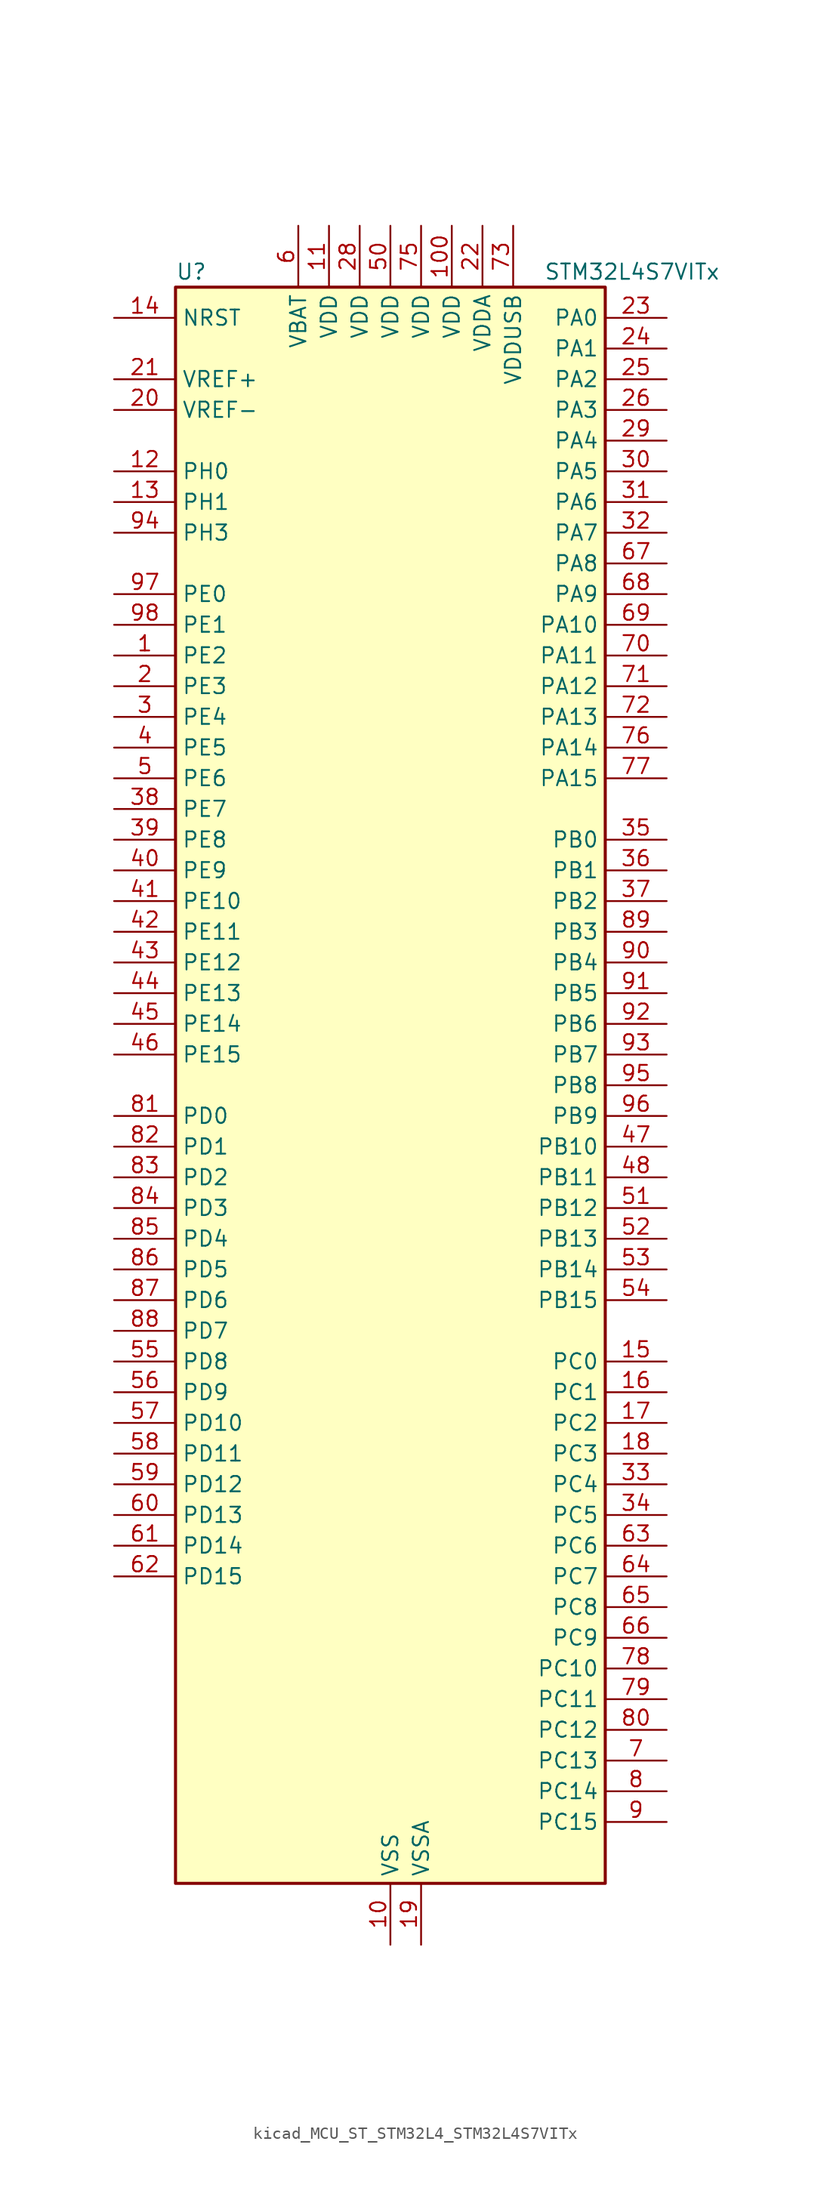
<source format=kicad_sym>
(kicad_symbol_lib
  (version 20220914)
  (generator kicad_symbol_editor)
  (symbol "kicad_MCU_ST_STM32L4_STM32L4S7VITx"
    (property "Reference" "U"
      (at -17.78 67.31 0)
      (effects (font (size 1.27 1.27)) (justify left)))
    (property "Value" "STM32L4S7VITx"
      (at 12.7 67.31 0)
      (effects (font (size 1.27 1.27)) (justify left)))
    (property "ki_locked" ""
      (at 0 0 0)
      (effects (font (size 1.27 1.27))))
    (symbol "kicad_MCU_ST_STM32L4_STM32L4S7VITx_0_1"
      (rectangle (start -17.78 -66.04) (end 17.78 66.04) (stroke (width 0.254) (type default)) (fill (type background))))
    (symbol "kicad_MCU_ST_STM32L4_STM32L4S7VITx_1_1"
      (pin bidirectional line (at -22.86 35.56 0) (length 5.08) (name "PE2" (effects (font (size 1.27 1.27)))) (number "1" (effects (font (size 1.27 1.27)))) (alternate "FMC_A23" bidirectional line) (alternate "LTDC_R0" bidirectional line) (alternate "SAI1_CK1" bidirectional line) (alternate "SAI1_MCLK_A" bidirectional line) (alternate "SYS_TRACECLK" bidirectional line) (alternate "TIM3_ETR" bidirectional line) (alternate "TSC_G7_IO1" bidirectional line))
      (pin power_in line (at 0 -71.12 90) (length 5.08) (name "VSS" (effects (font (size 1.27 1.27)))) (number "10" (effects (font (size 1.27 1.27)))))
      (pin power_in line (at 5.08 71.12 270) (length 5.08) (name "VDD" (effects (font (size 1.27 1.27)))) (number "100" (effects (font (size 1.27 1.27)))))
      (pin power_in line (at -5.08 71.12 270) (length 5.08) (name "VDD" (effects (font (size 1.27 1.27)))) (number "11" (effects (font (size 1.27 1.27)))))
      (pin bidirectional line (at -22.86 50.8 0) (length 5.08) (name "PH0" (effects (font (size 1.27 1.27)))) (number "12" (effects (font (size 1.27 1.27)))) (alternate "RCC_OSC_IN" bidirectional line))
      (pin bidirectional line (at -22.86 48.26 0) (length 5.08) (name "PH1" (effects (font (size 1.27 1.27)))) (number "13" (effects (font (size 1.27 1.27)))) (alternate "RCC_OSC_OUT" bidirectional line))
      (pin input line (at -22.86 63.5 0) (length 5.08) (name "NRST" (effects (font (size 1.27 1.27)))) (number "14" (effects (font (size 1.27 1.27)))))
      (pin bidirectional line (at 22.86 -22.86 180) (length 5.08) (name "PC0" (effects (font (size 1.27 1.27)))) (number "15" (effects (font (size 1.27 1.27)))) (alternate "ADC1_IN1" bidirectional line) (alternate "DFSDM1_DATIN4" bidirectional line) (alternate "I2C3_SCL" bidirectional line) (alternate "LPTIM1_IN1" bidirectional line) (alternate "LPTIM2_IN1" bidirectional line) (alternate "LPUART1_RX" bidirectional line) (alternate "SAI2_FS_A" bidirectional line))
      (pin bidirectional line (at 22.86 -25.4 180) (length 5.08) (name "PC1" (effects (font (size 1.27 1.27)))) (number "16" (effects (font (size 1.27 1.27)))) (alternate "ADC1_IN2" bidirectional line) (alternate "DFSDM1_CKIN4" bidirectional line) (alternate "I2C3_SDA" bidirectional line) (alternate "LPTIM1_OUT" bidirectional line) (alternate "LPUART1_TX" bidirectional line) (alternate "OCTOSPIM_P1_IO4" bidirectional line) (alternate "SAI1_SD_A" bidirectional line) (alternate "SPI2_MOSI" bidirectional line) (alternate "SYS_TRACED0" bidirectional line))
      (pin bidirectional line (at 22.86 -27.94 180) (length 5.08) (name "PC2" (effects (font (size 1.27 1.27)))) (number "17" (effects (font (size 1.27 1.27)))) (alternate "ADC1_IN3" bidirectional line) (alternate "DFSDM1_CKOUT" bidirectional line) (alternate "LPTIM1_IN2" bidirectional line) (alternate "OCTOSPIM_P1_IO5" bidirectional line) (alternate "SPI2_MISO" bidirectional line))
      (pin bidirectional line (at 22.86 -30.48 180) (length 5.08) (name "PC3" (effects (font (size 1.27 1.27)))) (number "18" (effects (font (size 1.27 1.27)))) (alternate "ADC1_IN4" bidirectional line) (alternate "LPTIM1_ETR" bidirectional line) (alternate "LPTIM2_ETR" bidirectional line) (alternate "OCTOSPIM_P1_IO6" bidirectional line) (alternate "SAI1_D1" bidirectional line) (alternate "SAI1_SD_A" bidirectional line) (alternate "SPI2_MOSI" bidirectional line))
      (pin power_in line (at 2.54 -71.12 90) (length 5.08) (name "VSSA" (effects (font (size 1.27 1.27)))) (number "19" (effects (font (size 1.27 1.27)))))
      (pin bidirectional line (at -22.86 33.02 0) (length 5.08) (name "PE3" (effects (font (size 1.27 1.27)))) (number "2" (effects (font (size 1.27 1.27)))) (alternate "FMC_A19" bidirectional line) (alternate "LTDC_R1" bidirectional line) (alternate "OCTOSPIM_P1_DQS" bidirectional line) (alternate "SAI1_SD_B" bidirectional line) (alternate "SYS_TRACED0" bidirectional line) (alternate "TIM3_CH1" bidirectional line) (alternate "TSC_G7_IO2" bidirectional line))
      (pin input line (at -22.86 55.88 0) (length 5.08) (name "VREF-" (effects (font (size 1.27 1.27)))) (number "20" (effects (font (size 1.27 1.27)))))
      (pin input line (at -22.86 58.42 0) (length 5.08) (name "VREF+" (effects (font (size 1.27 1.27)))) (number "21" (effects (font (size 1.27 1.27)))) (alternate "VREFBUF_OUT" bidirectional line))
      (pin power_in line (at 7.62 71.12 270) (length 5.08) (name "VDDA" (effects (font (size 1.27 1.27)))) (number "22" (effects (font (size 1.27 1.27)))))
      (pin bidirectional line (at 22.86 63.5 180) (length 5.08) (name "PA0" (effects (font (size 1.27 1.27)))) (number "23" (effects (font (size 1.27 1.27)))) (alternate "ADC1_IN5" bidirectional line) (alternate "OPAMP1_VINP" bidirectional line) (alternate "RTC_TAMP2" bidirectional line) (alternate "SAI1_EXTCLK" bidirectional line) (alternate "SYS_WKUP1" bidirectional line) (alternate "TIM2_CH1" bidirectional line) (alternate "TIM2_ETR" bidirectional line) (alternate "TIM5_CH1" bidirectional line) (alternate "TIM8_ETR" bidirectional line) (alternate "UART4_TX" bidirectional line) (alternate "USART2_CTS" bidirectional line) (alternate "USART2_NSS" bidirectional line))
      (pin bidirectional line (at 22.86 60.96 180) (length 5.08) (name "PA1" (effects (font (size 1.27 1.27)))) (number "24" (effects (font (size 1.27 1.27)))) (alternate "ADC1_IN6" bidirectional line) (alternate "I2C1_SMBA" bidirectional line) (alternate "OCTOSPIM_P1_DQS" bidirectional line) (alternate "OPAMP1_VINM" bidirectional line) (alternate "SPI1_SCK" bidirectional line) (alternate "TIM15_CH1N" bidirectional line) (alternate "TIM2_CH2" bidirectional line) (alternate "TIM5_CH2" bidirectional line) (alternate "UART4_RX" bidirectional line) (alternate "USART2_DE" bidirectional line) (alternate "USART2_RTS" bidirectional line))
      (pin bidirectional line (at 22.86 58.42 180) (length 5.08) (name "PA2" (effects (font (size 1.27 1.27)))) (number "25" (effects (font (size 1.27 1.27)))) (alternate "ADC1_IN7" bidirectional line) (alternate "LPUART1_TX" bidirectional line) (alternate "OCTOSPIM_P1_NCS" bidirectional line) (alternate "RCC_LSCO" bidirectional line) (alternate "SAI2_EXTCLK" bidirectional line) (alternate "SYS_WKUP4" bidirectional line) (alternate "TIM15_CH1" bidirectional line) (alternate "TIM2_CH3" bidirectional line) (alternate "TIM5_CH3" bidirectional line) (alternate "USART2_TX" bidirectional line))
      (pin bidirectional line (at 22.86 55.88 180) (length 5.08) (name "PA3" (effects (font (size 1.27 1.27)))) (number "26" (effects (font (size 1.27 1.27)))) (alternate "ADC1_IN8" bidirectional line) (alternate "LPUART1_RX" bidirectional line) (alternate "OCTOSPIM_P1_CLK" bidirectional line) (alternate "OPAMP1_VOUT" bidirectional line) (alternate "SAI1_CK1" bidirectional line) (alternate "SAI1_MCLK_A" bidirectional line) (alternate "TIM15_CH2" bidirectional line) (alternate "TIM2_CH4" bidirectional line) (alternate "TIM5_CH4" bidirectional line) (alternate "USART2_RX" bidirectional line))
      (pin passive line (at 0 -71.12 90) (length 5.08) hide (name "VSS" (effects (font (size 1.27 1.27)))) (number "27" (effects (font (size 1.27 1.27)))))
      (pin power_in line (at -2.54 71.12 270) (length 5.08) (name "VDD" (effects (font (size 1.27 1.27)))) (number "28" (effects (font (size 1.27 1.27)))))
      (pin bidirectional line (at 22.86 53.34 180) (length 5.08) (name "PA4" (effects (font (size 1.27 1.27)))) (number "29" (effects (font (size 1.27 1.27)))) (alternate "ADC1_IN9" bidirectional line) (alternate "DAC1_OUT1" bidirectional line) (alternate "DCMI_HSYNC" bidirectional line) (alternate "LPTIM2_OUT" bidirectional line) (alternate "OCTOSPIM_P1_NCS" bidirectional line) (alternate "SAI1_FS_B" bidirectional line) (alternate "SPI1_NSS" bidirectional line) (alternate "SPI3_NSS" bidirectional line) (alternate "USART2_CK" bidirectional line))
      (pin bidirectional line (at -22.86 30.48 0) (length 5.08) (name "PE4" (effects (font (size 1.27 1.27)))) (number "3" (effects (font (size 1.27 1.27)))) (alternate "DCMI_D4" bidirectional line) (alternate "DFSDM1_DATIN3" bidirectional line) (alternate "FMC_A20" bidirectional line) (alternate "LTDC_B0" bidirectional line) (alternate "SAI1_D2" bidirectional line) (alternate "SAI1_FS_A" bidirectional line) (alternate "SYS_TRACED1" bidirectional line) (alternate "TIM3_CH2" bidirectional line) (alternate "TSC_G7_IO3" bidirectional line))
      (pin bidirectional line (at 22.86 50.8 180) (length 5.08) (name "PA5" (effects (font (size 1.27 1.27)))) (number "30" (effects (font (size 1.27 1.27)))) (alternate "ADC1_IN10" bidirectional line) (alternate "DAC1_OUT2" bidirectional line) (alternate "LPTIM2_ETR" bidirectional line) (alternate "SPI1_SCK" bidirectional line) (alternate "TIM2_CH1" bidirectional line) (alternate "TIM2_ETR" bidirectional line) (alternate "TIM8_CH1N" bidirectional line))
      (pin bidirectional line (at 22.86 48.26 180) (length 5.08) (name "PA6" (effects (font (size 1.27 1.27)))) (number "31" (effects (font (size 1.27 1.27)))) (alternate "ADC1_IN11" bidirectional line) (alternate "DCMI_PIXCLK" bidirectional line) (alternate "LPUART1_CTS" bidirectional line) (alternate "OCTOSPIM_P1_IO3" bidirectional line) (alternate "OPAMP2_VINP" bidirectional line) (alternate "SPI1_MISO" bidirectional line) (alternate "TIM16_CH1" bidirectional line) (alternate "TIM1_BKIN" bidirectional line) (alternate "TIM3_CH1" bidirectional line) (alternate "TIM8_BKIN" bidirectional line) (alternate "USART3_CTS" bidirectional line) (alternate "USART3_NSS" bidirectional line))
      (pin bidirectional line (at 22.86 45.72 180) (length 5.08) (name "PA7" (effects (font (size 1.27 1.27)))) (number "32" (effects (font (size 1.27 1.27)))) (alternate "ADC1_IN12" bidirectional line) (alternate "I2C3_SCL" bidirectional line) (alternate "OCTOSPIM_P1_IO2" bidirectional line) (alternate "OPAMP2_VINM" bidirectional line) (alternate "SPI1_MOSI" bidirectional line) (alternate "TIM17_CH1" bidirectional line) (alternate "TIM1_CH1N" bidirectional line) (alternate "TIM3_CH2" bidirectional line) (alternate "TIM8_CH1N" bidirectional line))
      (pin bidirectional line (at 22.86 -33.02 180) (length 5.08) (name "PC4" (effects (font (size 1.27 1.27)))) (number "33" (effects (font (size 1.27 1.27)))) (alternate "ADC1_IN13" bidirectional line) (alternate "COMP1_INM" bidirectional line) (alternate "OCTOSPIM_P1_IO7" bidirectional line) (alternate "USART3_TX" bidirectional line))
      (pin bidirectional line (at 22.86 -35.56 180) (length 5.08) (name "PC5" (effects (font (size 1.27 1.27)))) (number "34" (effects (font (size 1.27 1.27)))) (alternate "ADC1_IN14" bidirectional line) (alternate "COMP1_INP" bidirectional line) (alternate "SAI1_D3" bidirectional line) (alternate "SYS_WKUP5" bidirectional line) (alternate "USART3_RX" bidirectional line))
      (pin bidirectional line (at 22.86 20.32 180) (length 5.08) (name "PB0" (effects (font (size 1.27 1.27)))) (number "35" (effects (font (size 1.27 1.27)))) (alternate "ADC1_IN15" bidirectional line) (alternate "COMP1_OUT" bidirectional line) (alternate "OCTOSPIM_P1_IO1" bidirectional line) (alternate "OPAMP2_VOUT" bidirectional line) (alternate "SAI1_EXTCLK" bidirectional line) (alternate "SPI1_NSS" bidirectional line) (alternate "TIM1_CH2N" bidirectional line) (alternate "TIM3_CH3" bidirectional line) (alternate "TIM8_CH2N" bidirectional line) (alternate "USART3_CK" bidirectional line))
      (pin bidirectional line (at 22.86 17.78 180) (length 5.08) (name "PB1" (effects (font (size 1.27 1.27)))) (number "36" (effects (font (size 1.27 1.27)))) (alternate "ADC1_IN16" bidirectional line) (alternate "COMP1_INM" bidirectional line) (alternate "DFSDM1_DATIN0" bidirectional line) (alternate "LPTIM2_IN1" bidirectional line) (alternate "LPUART1_DE" bidirectional line) (alternate "LPUART1_RTS" bidirectional line) (alternate "OCTOSPIM_P1_IO0" bidirectional line) (alternate "TIM1_CH3N" bidirectional line) (alternate "TIM3_CH4" bidirectional line) (alternate "TIM8_CH3N" bidirectional line) (alternate "USART3_DE" bidirectional line) (alternate "USART3_RTS" bidirectional line))
      (pin bidirectional line (at 22.86 15.24 180) (length 5.08) (name "PB2" (effects (font (size 1.27 1.27)))) (number "37" (effects (font (size 1.27 1.27)))) (alternate "COMP1_INP" bidirectional line) (alternate "DFSDM1_CKIN0" bidirectional line) (alternate "I2C3_SMBA" bidirectional line) (alternate "LPTIM1_OUT" bidirectional line) (alternate "LTDC_B1" bidirectional line) (alternate "OCTOSPIM_P1_DQS" bidirectional line) (alternate "RTC_OUT_ALARM" bidirectional line) (alternate "RTC_OUT_CALIB" bidirectional line))
      (pin bidirectional line (at -22.86 22.86 0) (length 5.08) (name "PE7" (effects (font (size 1.27 1.27)))) (number "38" (effects (font (size 1.27 1.27)))) (alternate "DFSDM1_DATIN2" bidirectional line) (alternate "FMC_D4" bidirectional line) (alternate "FMC_DA4" bidirectional line) (alternate "LTDC_B6" bidirectional line) (alternate "SAI1_SD_B" bidirectional line) (alternate "TIM1_ETR" bidirectional line))
      (pin bidirectional line (at -22.86 20.32 0) (length 5.08) (name "PE8" (effects (font (size 1.27 1.27)))) (number "39" (effects (font (size 1.27 1.27)))) (alternate "DFSDM1_CKIN2" bidirectional line) (alternate "FMC_D5" bidirectional line) (alternate "FMC_DA5" bidirectional line) (alternate "LTDC_B7" bidirectional line) (alternate "SAI1_SCK_B" bidirectional line) (alternate "TIM1_CH1N" bidirectional line))
      (pin bidirectional line (at -22.86 27.94 0) (length 5.08) (name "PE5" (effects (font (size 1.27 1.27)))) (number "4" (effects (font (size 1.27 1.27)))) (alternate "DCMI_D6" bidirectional line) (alternate "DFSDM1_CKIN3" bidirectional line) (alternate "FMC_A21" bidirectional line) (alternate "LTDC_G0" bidirectional line) (alternate "SAI1_CK2" bidirectional line) (alternate "SAI1_SCK_A" bidirectional line) (alternate "SYS_TRACED2" bidirectional line) (alternate "TIM3_CH3" bidirectional line) (alternate "TSC_G7_IO4" bidirectional line))
      (pin bidirectional line (at -22.86 17.78 0) (length 5.08) (name "PE9" (effects (font (size 1.27 1.27)))) (number "40" (effects (font (size 1.27 1.27)))) (alternate "DAC1_EXTI9" bidirectional line) (alternate "DFSDM1_CKOUT" bidirectional line) (alternate "FMC_D6" bidirectional line) (alternate "FMC_DA6" bidirectional line) (alternate "LTDC_G2" bidirectional line) (alternate "SAI1_FS_B" bidirectional line) (alternate "TIM1_CH1" bidirectional line))
      (pin bidirectional line (at -22.86 15.24 0) (length 5.08) (name "PE10" (effects (font (size 1.27 1.27)))) (number "41" (effects (font (size 1.27 1.27)))) (alternate "DFSDM1_DATIN4" bidirectional line) (alternate "FMC_D7" bidirectional line) (alternate "FMC_DA7" bidirectional line) (alternate "LTDC_G3" bidirectional line) (alternate "OCTOSPIM_P1_CLK" bidirectional line) (alternate "SAI1_MCLK_B" bidirectional line) (alternate "TIM1_CH2N" bidirectional line) (alternate "TSC_G5_IO1" bidirectional line))
      (pin bidirectional line (at -22.86 12.7 0) (length 5.08) (name "PE11" (effects (font (size 1.27 1.27)))) (number "42" (effects (font (size 1.27 1.27)))) (alternate "ADC1_EXTI11" bidirectional line) (alternate "DFSDM1_CKIN4" bidirectional line) (alternate "FMC_D8" bidirectional line) (alternate "FMC_DA8" bidirectional line) (alternate "LTDC_G4" bidirectional line) (alternate "OCTOSPIM_P1_NCS" bidirectional line) (alternate "TIM1_CH2" bidirectional line) (alternate "TSC_G5_IO2" bidirectional line))
      (pin bidirectional line (at -22.86 10.16 0) (length 5.08) (name "PE12" (effects (font (size 1.27 1.27)))) (number "43" (effects (font (size 1.27 1.27)))) (alternate "DFSDM1_DATIN5" bidirectional line) (alternate "FMC_D9" bidirectional line) (alternate "FMC_DA9" bidirectional line) (alternate "LTDC_G5" bidirectional line) (alternate "OCTOSPIM_P1_IO0" bidirectional line) (alternate "SPI1_NSS" bidirectional line) (alternate "TIM1_CH3N" bidirectional line) (alternate "TSC_G5_IO3" bidirectional line))
      (pin bidirectional line (at -22.86 7.62 0) (length 5.08) (name "PE13" (effects (font (size 1.27 1.27)))) (number "44" (effects (font (size 1.27 1.27)))) (alternate "DFSDM1_CKIN5" bidirectional line) (alternate "FMC_D10" bidirectional line) (alternate "FMC_DA10" bidirectional line) (alternate "LTDC_G6" bidirectional line) (alternate "OCTOSPIM_P1_IO1" bidirectional line) (alternate "SPI1_SCK" bidirectional line) (alternate "TIM1_CH3" bidirectional line) (alternate "TSC_G5_IO4" bidirectional line))
      (pin bidirectional line (at -22.86 5.08 0) (length 5.08) (name "PE14" (effects (font (size 1.27 1.27)))) (number "45" (effects (font (size 1.27 1.27)))) (alternate "FMC_D11" bidirectional line) (alternate "FMC_DA11" bidirectional line) (alternate "LTDC_G7" bidirectional line) (alternate "OCTOSPIM_P1_IO2" bidirectional line) (alternate "SPI1_MISO" bidirectional line) (alternate "TIM1_BKIN2" bidirectional line) (alternate "TIM1_CH4" bidirectional line))
      (pin bidirectional line (at -22.86 2.54 0) (length 5.08) (name "PE15" (effects (font (size 1.27 1.27)))) (number "46" (effects (font (size 1.27 1.27)))) (alternate "ADC1_EXTI15" bidirectional line) (alternate "FMC_D12" bidirectional line) (alternate "FMC_DA12" bidirectional line) (alternate "LTDC_R2" bidirectional line) (alternate "OCTOSPIM_P1_IO3" bidirectional line) (alternate "SPI1_MOSI" bidirectional line) (alternate "TIM1_BKIN" bidirectional line))
      (pin bidirectional line (at 22.86 -5.08 180) (length 5.08) (name "PB10" (effects (font (size 1.27 1.27)))) (number "47" (effects (font (size 1.27 1.27)))) (alternate "COMP1_OUT" bidirectional line) (alternate "DFSDM1_DATIN7" bidirectional line) (alternate "I2C2_SCL" bidirectional line) (alternate "I2C4_SCL" bidirectional line) (alternate "LPUART1_RX" bidirectional line) (alternate "OCTOSPIM_P1_CLK" bidirectional line) (alternate "SAI1_SCK_A" bidirectional line) (alternate "SPI2_SCK" bidirectional line) (alternate "TIM2_CH3" bidirectional line) (alternate "TSC_SYNC" bidirectional line) (alternate "USART3_TX" bidirectional line))
      (pin bidirectional line (at 22.86 -7.62 180) (length 5.08) (name "PB11" (effects (font (size 1.27 1.27)))) (number "48" (effects (font (size 1.27 1.27)))) (alternate "ADC1_EXTI11" bidirectional line) (alternate "COMP2_OUT" bidirectional line) (alternate "DFSDM1_CKIN7" bidirectional line) (alternate "I2C2_SDA" bidirectional line) (alternate "I2C4_SDA" bidirectional line) (alternate "LPUART1_TX" bidirectional line) (alternate "OCTOSPIM_P1_NCS" bidirectional line) (alternate "TIM2_CH4" bidirectional line) (alternate "USART3_RX" bidirectional line))
      (pin passive line (at 0 -71.12 90) (length 5.08) hide (name "VSS" (effects (font (size 1.27 1.27)))) (number "49" (effects (font (size 1.27 1.27)))))
      (pin bidirectional line (at -22.86 25.4 0) (length 5.08) (name "PE6" (effects (font (size 1.27 1.27)))) (number "5" (effects (font (size 1.27 1.27)))) (alternate "DCMI_D7" bidirectional line) (alternate "FMC_A22" bidirectional line) (alternate "LTDC_G1" bidirectional line) (alternate "RTC_TAMP3" bidirectional line) (alternate "SAI1_D1" bidirectional line) (alternate "SAI1_SD_A" bidirectional line) (alternate "SYS_TRACED3" bidirectional line) (alternate "SYS_WKUP3" bidirectional line) (alternate "TIM3_CH4" bidirectional line))
      (pin power_in line (at 0 71.12 270) (length 5.08) (name "VDD" (effects (font (size 1.27 1.27)))) (number "50" (effects (font (size 1.27 1.27)))))
      (pin bidirectional line (at 22.86 -10.16 180) (length 5.08) (name "PB12" (effects (font (size 1.27 1.27)))) (number "51" (effects (font (size 1.27 1.27)))) (alternate "DFSDM1_DATIN1" bidirectional line) (alternate "I2C2_SMBA" bidirectional line) (alternate "LPUART1_DE" bidirectional line) (alternate "LPUART1_RTS" bidirectional line) (alternate "SAI2_FS_A" bidirectional line) (alternate "SPI2_NSS" bidirectional line) (alternate "TIM15_BKIN" bidirectional line) (alternate "TIM1_BKIN" bidirectional line) (alternate "TSC_G1_IO1" bidirectional line) (alternate "USART3_CK" bidirectional line))
      (pin bidirectional line (at 22.86 -12.7 180) (length 5.08) (name "PB13" (effects (font (size 1.27 1.27)))) (number "52" (effects (font (size 1.27 1.27)))) (alternate "DFSDM1_CKIN1" bidirectional line) (alternate "I2C2_SCL" bidirectional line) (alternate "LPUART1_CTS" bidirectional line) (alternate "SAI2_SCK_A" bidirectional line) (alternate "SPI2_SCK" bidirectional line) (alternate "TIM15_CH1N" bidirectional line) (alternate "TIM1_CH1N" bidirectional line) (alternate "TSC_G1_IO2" bidirectional line) (alternate "USART3_CTS" bidirectional line) (alternate "USART3_NSS" bidirectional line))
      (pin bidirectional line (at 22.86 -15.24 180) (length 5.08) (name "PB14" (effects (font (size 1.27 1.27)))) (number "53" (effects (font (size 1.27 1.27)))) (alternate "DFSDM1_DATIN2" bidirectional line) (alternate "I2C2_SDA" bidirectional line) (alternate "SAI2_MCLK_A" bidirectional line) (alternate "SPI2_MISO" bidirectional line) (alternate "TIM15_CH1" bidirectional line) (alternate "TIM1_CH2N" bidirectional line) (alternate "TIM8_CH2N" bidirectional line) (alternate "TSC_G1_IO3" bidirectional line) (alternate "USART3_DE" bidirectional line) (alternate "USART3_RTS" bidirectional line))
      (pin bidirectional line (at 22.86 -17.78 180) (length 5.08) (name "PB15" (effects (font (size 1.27 1.27)))) (number "54" (effects (font (size 1.27 1.27)))) (alternate "ADC1_EXTI15" bidirectional line) (alternate "DFSDM1_CKIN2" bidirectional line) (alternate "RTC_REFIN" bidirectional line) (alternate "SAI2_SD_A" bidirectional line) (alternate "SPI2_MOSI" bidirectional line) (alternate "TIM15_CH2" bidirectional line) (alternate "TIM1_CH3N" bidirectional line) (alternate "TIM8_CH3N" bidirectional line) (alternate "TSC_G1_IO4" bidirectional line))
      (pin bidirectional line (at -22.86 -22.86 0) (length 5.08) (name "PD8" (effects (font (size 1.27 1.27)))) (number "55" (effects (font (size 1.27 1.27)))) (alternate "DCMI_HSYNC" bidirectional line) (alternate "FMC_D13" bidirectional line) (alternate "FMC_DA13" bidirectional line) (alternate "LTDC_R3" bidirectional line) (alternate "USART3_TX" bidirectional line))
      (pin bidirectional line (at -22.86 -25.4 0) (length 5.08) (name "PD9" (effects (font (size 1.27 1.27)))) (number "56" (effects (font (size 1.27 1.27)))) (alternate "DAC1_EXTI9" bidirectional line) (alternate "DCMI_PIXCLK" bidirectional line) (alternate "FMC_D14" bidirectional line) (alternate "FMC_DA14" bidirectional line) (alternate "LTDC_R4" bidirectional line) (alternate "SAI2_MCLK_A" bidirectional line) (alternate "USART3_RX" bidirectional line))
      (pin bidirectional line (at -22.86 -27.94 0) (length 5.08) (name "PD10" (effects (font (size 1.27 1.27)))) (number "57" (effects (font (size 1.27 1.27)))) (alternate "FMC_D15" bidirectional line) (alternate "FMC_DA15" bidirectional line) (alternate "LTDC_R5" bidirectional line) (alternate "SAI2_SCK_A" bidirectional line) (alternate "TSC_G6_IO1" bidirectional line) (alternate "USART3_CK" bidirectional line))
      (pin bidirectional line (at -22.86 -30.48 0) (length 5.08) (name "PD11" (effects (font (size 1.27 1.27)))) (number "58" (effects (font (size 1.27 1.27)))) (alternate "ADC1_EXTI11" bidirectional line) (alternate "FMC_A16" bidirectional line) (alternate "FMC_CLE" bidirectional line) (alternate "I2C4_SMBA" bidirectional line) (alternate "LPTIM2_ETR" bidirectional line) (alternate "LTDC_R6" bidirectional line) (alternate "SAI2_SD_A" bidirectional line) (alternate "TSC_G6_IO2" bidirectional line) (alternate "USART3_CTS" bidirectional line) (alternate "USART3_NSS" bidirectional line))
      (pin bidirectional line (at -22.86 -33.02 0) (length 5.08) (name "PD12" (effects (font (size 1.27 1.27)))) (number "59" (effects (font (size 1.27 1.27)))) (alternate "FMC_A17" bidirectional line) (alternate "FMC_ALE" bidirectional line) (alternate "I2C4_SCL" bidirectional line) (alternate "LPTIM2_IN1" bidirectional line) (alternate "LTDC_R7" bidirectional line) (alternate "SAI2_FS_A" bidirectional line) (alternate "TIM4_CH1" bidirectional line) (alternate "TSC_G6_IO3" bidirectional line) (alternate "USART3_DE" bidirectional line) (alternate "USART3_RTS" bidirectional line))
      (pin power_in line (at -7.62 71.12 270) (length 5.08) (name "VBAT" (effects (font (size 1.27 1.27)))) (number "6" (effects (font (size 1.27 1.27)))))
      (pin bidirectional line (at -22.86 -35.56 0) (length 5.08) (name "PD13" (effects (font (size 1.27 1.27)))) (number "60" (effects (font (size 1.27 1.27)))) (alternate "FMC_A18" bidirectional line) (alternate "I2C4_SDA" bidirectional line) (alternate "LPTIM2_OUT" bidirectional line) (alternate "TIM4_CH2" bidirectional line) (alternate "TSC_G6_IO4" bidirectional line))
      (pin bidirectional line (at -22.86 -38.1 0) (length 5.08) (name "PD14" (effects (font (size 1.27 1.27)))) (number "61" (effects (font (size 1.27 1.27)))) (alternate "FMC_D0" bidirectional line) (alternate "FMC_DA0" bidirectional line) (alternate "LTDC_B2" bidirectional line) (alternate "TIM4_CH3" bidirectional line))
      (pin bidirectional line (at -22.86 -40.64 0) (length 5.08) (name "PD15" (effects (font (size 1.27 1.27)))) (number "62" (effects (font (size 1.27 1.27)))) (alternate "ADC1_EXTI15" bidirectional line) (alternate "FMC_D1" bidirectional line) (alternate "FMC_DA1" bidirectional line) (alternate "LTDC_B3" bidirectional line) (alternate "TIM4_CH4" bidirectional line))
      (pin bidirectional line (at 22.86 -38.1 180) (length 5.08) (name "PC6" (effects (font (size 1.27 1.27)))) (number "63" (effects (font (size 1.27 1.27)))) (alternate "DCMI_D0" bidirectional line) (alternate "DFSDM1_CKIN3" bidirectional line) (alternate "LTDC_R0" bidirectional line) (alternate "SAI2_MCLK_A" bidirectional line) (alternate "SDMMC1_D0DIR" bidirectional line) (alternate "SDMMC1_D6" bidirectional line) (alternate "TIM3_CH1" bidirectional line) (alternate "TIM8_CH1" bidirectional line) (alternate "TSC_G4_IO1" bidirectional line))
      (pin bidirectional line (at 22.86 -40.64 180) (length 5.08) (name "PC7" (effects (font (size 1.27 1.27)))) (number "64" (effects (font (size 1.27 1.27)))) (alternate "DCMI_D1" bidirectional line) (alternate "DFSDM1_DATIN3" bidirectional line) (alternate "LTDC_R1" bidirectional line) (alternate "SAI2_MCLK_B" bidirectional line) (alternate "SDMMC1_D123DIR" bidirectional line) (alternate "SDMMC1_D7" bidirectional line) (alternate "TIM3_CH2" bidirectional line) (alternate "TIM8_CH2" bidirectional line) (alternate "TSC_G4_IO2" bidirectional line))
      (pin bidirectional line (at 22.86 -43.18 180) (length 5.08) (name "PC8" (effects (font (size 1.27 1.27)))) (number "65" (effects (font (size 1.27 1.27)))) (alternate "DCMI_D2" bidirectional line) (alternate "SDMMC1_D0" bidirectional line) (alternate "TIM3_CH3" bidirectional line) (alternate "TIM8_CH3" bidirectional line) (alternate "TSC_G4_IO3" bidirectional line))
      (pin bidirectional line (at 22.86 -45.72 180) (length 5.08) (name "PC9" (effects (font (size 1.27 1.27)))) (number "66" (effects (font (size 1.27 1.27)))) (alternate "DAC1_EXTI9" bidirectional line) (alternate "DCMI_D3" bidirectional line) (alternate "I2C3_SDA" bidirectional line) (alternate "SAI2_EXTCLK" bidirectional line) (alternate "SDMMC1_D1" bidirectional line) (alternate "SYS_TRACED0" bidirectional line) (alternate "TIM3_CH4" bidirectional line) (alternate "TIM8_BKIN2" bidirectional line) (alternate "TIM8_CH4" bidirectional line) (alternate "TSC_G4_IO4" bidirectional line) (alternate "USB_OTG_FS_NOE" bidirectional line))
      (pin bidirectional line (at 22.86 43.18 180) (length 5.08) (name "PA8" (effects (font (size 1.27 1.27)))) (number "67" (effects (font (size 1.27 1.27)))) (alternate "LPTIM2_OUT" bidirectional line) (alternate "RCC_MCO" bidirectional line) (alternate "SAI1_CK2" bidirectional line) (alternate "SAI1_SCK_A" bidirectional line) (alternate "TIM1_CH1" bidirectional line) (alternate "USART1_CK" bidirectional line) (alternate "USB_OTG_FS_SOF" bidirectional line))
      (pin bidirectional line (at 22.86 40.64 180) (length 5.08) (name "PA9" (effects (font (size 1.27 1.27)))) (number "68" (effects (font (size 1.27 1.27)))) (alternate "DAC1_EXTI9" bidirectional line) (alternate "DCMI_D0" bidirectional line) (alternate "SAI1_FS_A" bidirectional line) (alternate "SPI2_SCK" bidirectional line) (alternate "TIM15_BKIN" bidirectional line) (alternate "TIM1_CH2" bidirectional line) (alternate "USART1_TX" bidirectional line) (alternate "USB_OTG_FS_VBUS" bidirectional line))
      (pin bidirectional line (at 22.86 38.1 180) (length 5.08) (name "PA10" (effects (font (size 1.27 1.27)))) (number "69" (effects (font (size 1.27 1.27)))) (alternate "DCMI_D1" bidirectional line) (alternate "SAI1_D1" bidirectional line) (alternate "SAI1_SD_A" bidirectional line) (alternate "TIM17_BKIN" bidirectional line) (alternate "TIM1_CH3" bidirectional line) (alternate "USART1_RX" bidirectional line) (alternate "USB_OTG_FS_ID" bidirectional line))
      (pin bidirectional line (at 22.86 -55.88 180) (length 5.08) (name "PC13" (effects (font (size 1.27 1.27)))) (number "7" (effects (font (size 1.27 1.27)))) (alternate "RTC_OUT_ALARM" bidirectional line) (alternate "RTC_OUT_CALIB" bidirectional line) (alternate "RTC_TAMP1" bidirectional line) (alternate "RTC_TS" bidirectional line) (alternate "SYS_WKUP2" bidirectional line))
      (pin bidirectional line (at 22.86 35.56 180) (length 5.08) (name "PA11" (effects (font (size 1.27 1.27)))) (number "70" (effects (font (size 1.27 1.27)))) (alternate "ADC1_EXTI11" bidirectional line) (alternate "CAN1_RX" bidirectional line) (alternate "SPI1_MISO" bidirectional line) (alternate "TIM1_BKIN2" bidirectional line) (alternate "TIM1_CH4" bidirectional line) (alternate "USART1_CTS" bidirectional line) (alternate "USART1_NSS" bidirectional line) (alternate "USB_OTG_FS_DM" bidirectional line))
      (pin bidirectional line (at 22.86 33.02 180) (length 5.08) (name "PA12" (effects (font (size 1.27 1.27)))) (number "71" (effects (font (size 1.27 1.27)))) (alternate "CAN1_TX" bidirectional line) (alternate "SPI1_MOSI" bidirectional line) (alternate "TIM1_ETR" bidirectional line) (alternate "USART1_DE" bidirectional line) (alternate "USART1_RTS" bidirectional line) (alternate "USB_OTG_FS_DP" bidirectional line))
      (pin bidirectional line (at 22.86 30.48 180) (length 5.08) (name "PA13" (effects (font (size 1.27 1.27)))) (number "72" (effects (font (size 1.27 1.27)))) (alternate "IR_OUT" bidirectional line) (alternate "SAI1_SD_B" bidirectional line) (alternate "SYS_JTMS-SWDIO" bidirectional line) (alternate "USB_OTG_FS_NOE" bidirectional line))
      (pin power_in line (at 10.16 71.12 270) (length 5.08) (name "VDDUSB" (effects (font (size 1.27 1.27)))) (number "73" (effects (font (size 1.27 1.27)))))
      (pin passive line (at 0 -71.12 90) (length 5.08) hide (name "VSS" (effects (font (size 1.27 1.27)))) (number "74" (effects (font (size 1.27 1.27)))))
      (pin power_in line (at 2.54 71.12 270) (length 5.08) (name "VDD" (effects (font (size 1.27 1.27)))) (number "75" (effects (font (size 1.27 1.27)))))
      (pin bidirectional line (at 22.86 27.94 180) (length 5.08) (name "PA14" (effects (font (size 1.27 1.27)))) (number "76" (effects (font (size 1.27 1.27)))) (alternate "I2C1_SMBA" bidirectional line) (alternate "I2C4_SMBA" bidirectional line) (alternate "LPTIM1_OUT" bidirectional line) (alternate "SAI1_FS_B" bidirectional line) (alternate "SYS_JTCK-SWCLK" bidirectional line) (alternate "USB_OTG_FS_SOF" bidirectional line))
      (pin bidirectional line (at 22.86 25.4 180) (length 5.08) (name "PA15" (effects (font (size 1.27 1.27)))) (number "77" (effects (font (size 1.27 1.27)))) (alternate "ADC1_EXTI15" bidirectional line) (alternate "SAI2_FS_B" bidirectional line) (alternate "SPI1_NSS" bidirectional line) (alternate "SPI3_NSS" bidirectional line) (alternate "SYS_JTDI" bidirectional line) (alternate "TIM2_CH1" bidirectional line) (alternate "TIM2_ETR" bidirectional line) (alternate "TSC_G3_IO1" bidirectional line) (alternate "UART4_DE" bidirectional line) (alternate "UART4_RTS" bidirectional line) (alternate "USART2_RX" bidirectional line) (alternate "USART3_DE" bidirectional line) (alternate "USART3_RTS" bidirectional line))
      (pin bidirectional line (at 22.86 -48.26 180) (length 5.08) (name "PC10" (effects (font (size 1.27 1.27)))) (number "78" (effects (font (size 1.27 1.27)))) (alternate "DCMI_D8" bidirectional line) (alternate "SAI2_SCK_B" bidirectional line) (alternate "SDMMC1_D2" bidirectional line) (alternate "SPI3_SCK" bidirectional line) (alternate "SYS_TRACED1" bidirectional line) (alternate "TSC_G3_IO2" bidirectional line) (alternate "UART4_TX" bidirectional line) (alternate "USART3_TX" bidirectional line))
      (pin bidirectional line (at 22.86 -50.8 180) (length 5.08) (name "PC11" (effects (font (size 1.27 1.27)))) (number "79" (effects (font (size 1.27 1.27)))) (alternate "ADC1_EXTI11" bidirectional line) (alternate "DCMI_D2" bidirectional line) (alternate "DCMI_D4" bidirectional line) (alternate "OCTOSPIM_P1_NCS" bidirectional line) (alternate "SAI2_MCLK_B" bidirectional line) (alternate "SDMMC1_D3" bidirectional line) (alternate "SPI3_MISO" bidirectional line) (alternate "TSC_G3_IO3" bidirectional line) (alternate "UART4_RX" bidirectional line) (alternate "USART3_RX" bidirectional line))
      (pin bidirectional line (at 22.86 -58.42 180) (length 5.08) (name "PC14" (effects (font (size 1.27 1.27)))) (number "8" (effects (font (size 1.27 1.27)))) (alternate "RCC_OSC32_IN" bidirectional line))
      (pin bidirectional line (at 22.86 -53.34 180) (length 5.08) (name "PC12" (effects (font (size 1.27 1.27)))) (number "80" (effects (font (size 1.27 1.27)))) (alternate "DCMI_D9" bidirectional line) (alternate "SAI2_SD_B" bidirectional line) (alternate "SDMMC1_CK" bidirectional line) (alternate "SPI3_MOSI" bidirectional line) (alternate "SYS_TRACED3" bidirectional line) (alternate "TSC_G3_IO4" bidirectional line) (alternate "UART5_TX" bidirectional line) (alternate "USART3_CK" bidirectional line))
      (pin bidirectional line (at -22.86 -2.54 0) (length 5.08) (name "PD0" (effects (font (size 1.27 1.27)))) (number "81" (effects (font (size 1.27 1.27)))) (alternate "CAN1_RX" bidirectional line) (alternate "DFSDM1_DATIN7" bidirectional line) (alternate "FMC_D2" bidirectional line) (alternate "FMC_DA2" bidirectional line) (alternate "LTDC_B4" bidirectional line) (alternate "SPI2_NSS" bidirectional line))
      (pin bidirectional line (at -22.86 -5.08 0) (length 5.08) (name "PD1" (effects (font (size 1.27 1.27)))) (number "82" (effects (font (size 1.27 1.27)))) (alternate "CAN1_TX" bidirectional line) (alternate "DFSDM1_CKIN7" bidirectional line) (alternate "FMC_D3" bidirectional line) (alternate "FMC_DA3" bidirectional line) (alternate "LTDC_B5" bidirectional line) (alternate "SPI2_SCK" bidirectional line))
      (pin bidirectional line (at -22.86 -7.62 0) (length 5.08) (name "PD2" (effects (font (size 1.27 1.27)))) (number "83" (effects (font (size 1.27 1.27)))) (alternate "DCMI_D11" bidirectional line) (alternate "SDMMC1_CMD" bidirectional line) (alternate "SYS_TRACED2" bidirectional line) (alternate "TIM3_ETR" bidirectional line) (alternate "TSC_SYNC" bidirectional line) (alternate "UART5_RX" bidirectional line) (alternate "USART3_DE" bidirectional line) (alternate "USART3_RTS" bidirectional line))
      (pin bidirectional line (at -22.86 -10.16 0) (length 5.08) (name "PD3" (effects (font (size 1.27 1.27)))) (number "84" (effects (font (size 1.27 1.27)))) (alternate "DCMI_D5" bidirectional line) (alternate "DFSDM1_DATIN0" bidirectional line) (alternate "FMC_CLK" bidirectional line) (alternate "LTDC_CLK" bidirectional line) (alternate "OCTOSPIM_P2_NCS" bidirectional line) (alternate "SPI2_MISO" bidirectional line) (alternate "SPI2_SCK" bidirectional line) (alternate "USART2_CTS" bidirectional line) (alternate "USART2_NSS" bidirectional line))
      (pin bidirectional line (at -22.86 -12.7 0) (length 5.08) (name "PD4" (effects (font (size 1.27 1.27)))) (number "85" (effects (font (size 1.27 1.27)))) (alternate "DFSDM1_CKIN0" bidirectional line) (alternate "FMC_NOE" bidirectional line) (alternate "OCTOSPIM_P1_IO4" bidirectional line) (alternate "SPI2_MOSI" bidirectional line) (alternate "USART2_DE" bidirectional line) (alternate "USART2_RTS" bidirectional line))
      (pin bidirectional line (at -22.86 -15.24 0) (length 5.08) (name "PD5" (effects (font (size 1.27 1.27)))) (number "86" (effects (font (size 1.27 1.27)))) (alternate "FMC_NWE" bidirectional line) (alternate "OCTOSPIM_P1_IO5" bidirectional line) (alternate "USART2_TX" bidirectional line))
      (pin bidirectional line (at -22.86 -17.78 0) (length 5.08) (name "PD6" (effects (font (size 1.27 1.27)))) (number "87" (effects (font (size 1.27 1.27)))) (alternate "DCMI_D10" bidirectional line) (alternate "DFSDM1_DATIN1" bidirectional line) (alternate "FMC_NWAIT" bidirectional line) (alternate "LTDC_DE" bidirectional line) (alternate "OCTOSPIM_P1_IO6" bidirectional line) (alternate "SAI1_D1" bidirectional line) (alternate "SAI1_SD_A" bidirectional line) (alternate "SPI3_MOSI" bidirectional line) (alternate "USART2_RX" bidirectional line))
      (pin bidirectional line (at -22.86 -20.32 0) (length 5.08) (name "PD7" (effects (font (size 1.27 1.27)))) (number "88" (effects (font (size 1.27 1.27)))) (alternate "DFSDM1_CKIN1" bidirectional line) (alternate "FMC_NCE" bidirectional line) (alternate "FMC_NE1" bidirectional line) (alternate "OCTOSPIM_P1_IO7" bidirectional line) (alternate "USART2_CK" bidirectional line))
      (pin bidirectional line (at 22.86 12.7 180) (length 5.08) (name "PB3" (effects (font (size 1.27 1.27)))) (number "89" (effects (font (size 1.27 1.27)))) (alternate "COMP2_INM" bidirectional line) (alternate "CRS_SYNC" bidirectional line) (alternate "SAI1_SCK_B" bidirectional line) (alternate "SPI1_SCK" bidirectional line) (alternate "SPI3_SCK" bidirectional line) (alternate "SYS_JTDO-SWO" bidirectional line) (alternate "TIM2_CH2" bidirectional line) (alternate "USART1_DE" bidirectional line) (alternate "USART1_RTS" bidirectional line))
      (pin bidirectional line (at 22.86 -60.96 180) (length 5.08) (name "PC15" (effects (font (size 1.27 1.27)))) (number "9" (effects (font (size 1.27 1.27)))) (alternate "ADC1_EXTI15" bidirectional line) (alternate "RCC_OSC32_OUT" bidirectional line))
      (pin bidirectional line (at 22.86 10.16 180) (length 5.08) (name "PB4" (effects (font (size 1.27 1.27)))) (number "90" (effects (font (size 1.27 1.27)))) (alternate "COMP2_INP" bidirectional line) (alternate "DCMI_D12" bidirectional line) (alternate "I2C3_SDA" bidirectional line) (alternate "SAI1_MCLK_B" bidirectional line) (alternate "SPI1_MISO" bidirectional line) (alternate "SPI3_MISO" bidirectional line) (alternate "SYS_JTRST" bidirectional line) (alternate "TIM17_BKIN" bidirectional line) (alternate "TIM3_CH1" bidirectional line) (alternate "TSC_G2_IO1" bidirectional line) (alternate "UART5_DE" bidirectional line) (alternate "UART5_RTS" bidirectional line) (alternate "USART1_CTS" bidirectional line) (alternate "USART1_NSS" bidirectional line))
      (pin bidirectional line (at 22.86 7.62 180) (length 5.08) (name "PB5" (effects (font (size 1.27 1.27)))) (number "91" (effects (font (size 1.27 1.27)))) (alternate "COMP2_OUT" bidirectional line) (alternate "DCMI_D10" bidirectional line) (alternate "I2C1_SMBA" bidirectional line) (alternate "LPTIM1_IN1" bidirectional line) (alternate "SAI1_SD_B" bidirectional line) (alternate "SPI1_MOSI" bidirectional line) (alternate "SPI3_MOSI" bidirectional line) (alternate "TIM16_BKIN" bidirectional line) (alternate "TIM3_CH2" bidirectional line) (alternate "TSC_G2_IO2" bidirectional line) (alternate "UART5_CTS" bidirectional line) (alternate "USART1_CK" bidirectional line))
      (pin bidirectional line (at 22.86 5.08 180) (length 5.08) (name "PB6" (effects (font (size 1.27 1.27)))) (number "92" (effects (font (size 1.27 1.27)))) (alternate "COMP2_INP" bidirectional line) (alternate "DCMI_D5" bidirectional line) (alternate "DFSDM1_DATIN5" bidirectional line) (alternate "I2C1_SCL" bidirectional line) (alternate "I2C4_SCL" bidirectional line) (alternate "LPTIM1_ETR" bidirectional line) (alternate "SAI1_FS_B" bidirectional line) (alternate "TIM16_CH1N" bidirectional line) (alternate "TIM4_CH1" bidirectional line) (alternate "TIM8_BKIN2" bidirectional line) (alternate "TSC_G2_IO3" bidirectional line) (alternate "USART1_TX" bidirectional line))
      (pin bidirectional line (at 22.86 2.54 180) (length 5.08) (name "PB7" (effects (font (size 1.27 1.27)))) (number "93" (effects (font (size 1.27 1.27)))) (alternate "COMP2_INM" bidirectional line) (alternate "DCMI_VSYNC" bidirectional line) (alternate "DFSDM1_CKIN5" bidirectional line) (alternate "FMC_NL" bidirectional line) (alternate "I2C1_SDA" bidirectional line) (alternate "I2C4_SDA" bidirectional line) (alternate "LPTIM1_IN2" bidirectional line) (alternate "SYS_PVD_IN" bidirectional line) (alternate "TIM17_CH1N" bidirectional line) (alternate "TIM4_CH2" bidirectional line) (alternate "TIM8_BKIN" bidirectional line) (alternate "TSC_G2_IO4" bidirectional line) (alternate "UART4_CTS" bidirectional line) (alternate "USART1_RX" bidirectional line))
      (pin bidirectional line (at -22.86 45.72 0) (length 5.08) (name "PH3" (effects (font (size 1.27 1.27)))) (number "94" (effects (font (size 1.27 1.27)))))
      (pin bidirectional line (at 22.86 0 180) (length 5.08) (name "PB8" (effects (font (size 1.27 1.27)))) (number "95" (effects (font (size 1.27 1.27)))) (alternate "CAN1_RX" bidirectional line) (alternate "DCMI_D6" bidirectional line) (alternate "DFSDM1_CKOUT" bidirectional line) (alternate "DFSDM1_DATIN6" bidirectional line) (alternate "I2C1_SCL" bidirectional line) (alternate "LTDC_B1" bidirectional line) (alternate "SAI1_CK1" bidirectional line) (alternate "SAI1_MCLK_A" bidirectional line) (alternate "SDMMC1_CKIN" bidirectional line) (alternate "SDMMC1_D4" bidirectional line) (alternate "TIM16_CH1" bidirectional line) (alternate "TIM4_CH3" bidirectional line))
      (pin bidirectional line (at 22.86 -2.54 180) (length 5.08) (name "PB9" (effects (font (size 1.27 1.27)))) (number "96" (effects (font (size 1.27 1.27)))) (alternate "CAN1_TX" bidirectional line) (alternate "DAC1_EXTI9" bidirectional line) (alternate "DCMI_D7" bidirectional line) (alternate "DFSDM1_CKIN6" bidirectional line) (alternate "I2C1_SDA" bidirectional line) (alternate "IR_OUT" bidirectional line) (alternate "SAI1_D2" bidirectional line) (alternate "SAI1_FS_A" bidirectional line) (alternate "SDMMC1_CDIR" bidirectional line) (alternate "SDMMC1_D5" bidirectional line) (alternate "SPI2_NSS" bidirectional line) (alternate "TIM17_CH1" bidirectional line) (alternate "TIM4_CH4" bidirectional line))
      (pin bidirectional line (at -22.86 40.64 0) (length 5.08) (name "PE0" (effects (font (size 1.27 1.27)))) (number "97" (effects (font (size 1.27 1.27)))) (alternate "DCMI_D2" bidirectional line) (alternate "FMC_NBL0" bidirectional line) (alternate "LTDC_HSYNC" bidirectional line) (alternate "TIM16_CH1" bidirectional line) (alternate "TIM4_ETR" bidirectional line))
      (pin bidirectional line (at -22.86 38.1 0) (length 5.08) (name "PE1" (effects (font (size 1.27 1.27)))) (number "98" (effects (font (size 1.27 1.27)))) (alternate "DCMI_D3" bidirectional line) (alternate "FMC_NBL1" bidirectional line) (alternate "LTDC_VSYNC" bidirectional line) (alternate "TIM17_CH1" bidirectional line))
      (pin passive line (at 0 -71.12 90) (length 5.08) hide (name "VSS" (effects (font (size 1.27 1.27)))) (number "99" (effects (font (size 1.27 1.27))))))))
</source>
